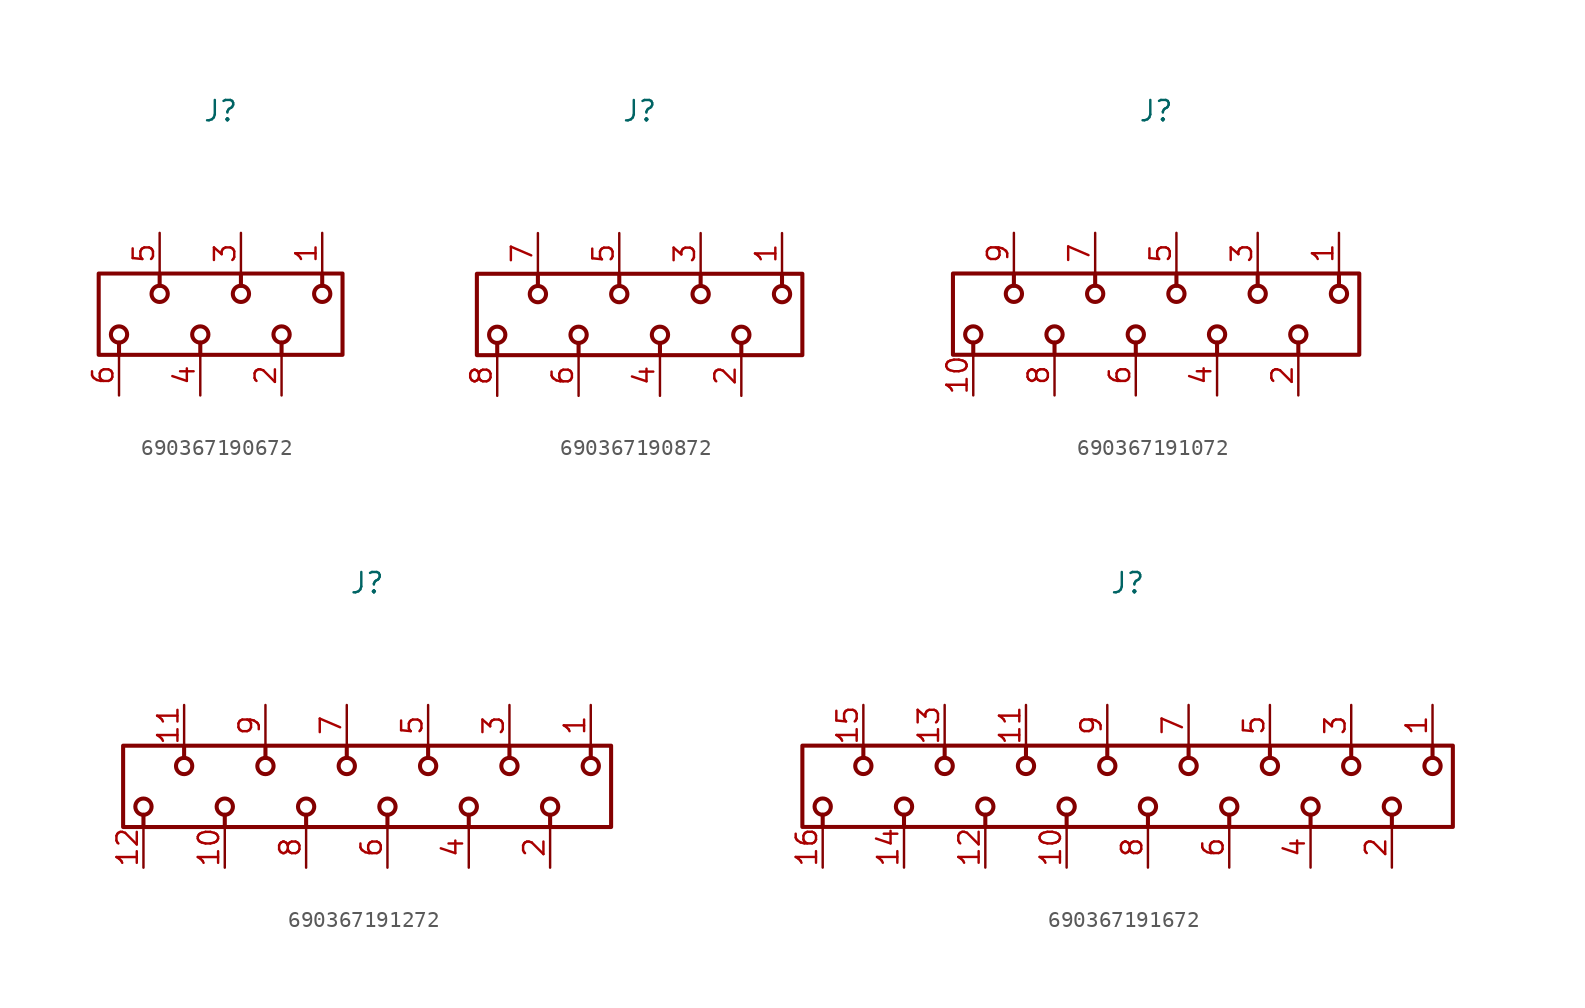
<source format=kicad_sym>
(kicad_symbol_lib
  (version 20241209)
  (generator "kicad_symbol_editor")
  (generator_version "9.0")
  (symbol "690367190672"
    (pin_names
      (hide yes))
    (property "Reference" "J"
      (at 0 12.7 0)
      (effects (font (size 1.27 1.27))))
    (symbol "690367190672_1_1"
      (rectangle (start -7.62 2.54) (end 7.62 -2.54) (stroke (width 0.254) (type solid)) (fill (type none)))
      (circle (center -6.35 -1.27) (radius 0.508) (stroke (width 0.254) (type solid)) (fill (type none)))
      (polyline (pts (xy -6.35 -1.778) (xy -6.35 -2.54)) (stroke (width 0.254) (type solid)) (fill (type none)))
      (polyline (pts (xy -3.81 1.778) (xy -3.81 2.54)) (stroke (width 0.254) (type solid)) (fill (type none)))
      (circle (center -3.81 1.27) (radius 0.508) (stroke (width 0.254) (type solid)) (fill (type none)))
      (circle (center -1.27 -1.27) (radius 0.508) (stroke (width 0.254) (type solid)) (fill (type none)))
      (polyline (pts (xy -1.27 -1.778) (xy -1.27 -2.54)) (stroke (width 0.254) (type solid)) (fill (type none)))
      (polyline (pts (xy 1.27 1.778) (xy 1.27 2.54)) (stroke (width 0.254) (type solid)) (fill (type none)))
      (circle (center 1.27 1.27) (radius 0.508) (stroke (width 0.254) (type solid)) (fill (type none)))
      (circle (center 3.81 -1.27) (radius 0.508) (stroke (width 0.254) (type solid)) (fill (type none)))
      (polyline (pts (xy 3.81 -1.778) (xy 3.81 -2.54)) (stroke (width 0.254) (type solid)) (fill (type none)))
      (polyline (pts (xy 6.35 1.778) (xy 6.35 2.54)) (stroke (width 0.254) (type solid)) (fill (type none)))
      (circle (center 6.35 1.27) (radius 0.508) (stroke (width 0.254) (type solid)) (fill (type none)))
      (pin passive line (at -6.35 -5.08 90) (length 2.54) (name "6" (effects (font (size 1.27 1.27)))) (number "6" (effects (font (size 1.27 1.27)))))
      (pin passive line (at -3.81 5.08 270) (length 2.54) (name "5" (effects (font (size 1.27 1.27)))) (number "5" (effects (font (size 1.27 1.27)))))
      (pin passive line (at -1.27 -5.08 90) (length 2.54) (name "4" (effects (font (size 1.27 1.27)))) (number "4" (effects (font (size 1.27 1.27)))))
      (pin passive line (at 1.27 5.08 270) (length 2.54) (name "3" (effects (font (size 1.27 1.27)))) (number "3" (effects (font (size 1.27 1.27)))))
      (pin passive line (at 3.81 -5.08 90) (length 2.54) (name "2" (effects (font (size 1.27 1.27)))) (number "2" (effects (font (size 1.27 1.27)))))
      (pin passive line (at 6.35 5.08 270) (length 2.54) (name "1" (effects (font (size 1.27 1.27)))) (number "1" (effects (font (size 1.27 1.27)))))))
  (symbol "690367190872"
    (pin_names
      (hide yes))
    (property "Reference" "J"
      (at 0 12.7 0)
      (effects (font (size 1.27 1.27))))
    (symbol "690367190872_1_1"
      (rectangle (start -10.16 2.54) (end 10.16 -2.54) (stroke (width 0.254) (type solid)) (fill (type none)))
      (circle (center -8.89 -1.27) (radius 0.508) (stroke (width 0.254) (type solid)) (fill (type none)))
      (polyline (pts (xy -8.89 -1.778) (xy -8.89 -2.54)) (stroke (width 0.254) (type solid)) (fill (type none)))
      (polyline (pts (xy -6.35 1.778) (xy -6.35 2.54)) (stroke (width 0.254) (type solid)) (fill (type none)))
      (circle (center -6.35 1.27) (radius 0.508) (stroke (width 0.254) (type solid)) (fill (type none)))
      (circle (center -3.81 -1.27) (radius 0.508) (stroke (width 0.254) (type solid)) (fill (type none)))
      (polyline (pts (xy -3.81 -1.778) (xy -3.81 -2.54)) (stroke (width 0.254) (type solid)) (fill (type none)))
      (polyline (pts (xy -1.27 1.778) (xy -1.27 2.54)) (stroke (width 0.254) (type solid)) (fill (type none)))
      (circle (center -1.27 1.27) (radius 0.508) (stroke (width 0.254) (type solid)) (fill (type none)))
      (circle (center 1.27 -1.27) (radius 0.508) (stroke (width 0.254) (type solid)) (fill (type none)))
      (polyline (pts (xy 1.27 -1.778) (xy 1.27 -2.54)) (stroke (width 0.254) (type solid)) (fill (type none)))
      (polyline (pts (xy 3.81 1.778) (xy 3.81 2.54)) (stroke (width 0.254) (type solid)) (fill (type none)))
      (circle (center 3.81 1.27) (radius 0.508) (stroke (width 0.254) (type solid)) (fill (type none)))
      (circle (center 6.35 -1.27) (radius 0.508) (stroke (width 0.254) (type solid)) (fill (type none)))
      (polyline (pts (xy 6.35 -1.778) (xy 6.35 -2.54)) (stroke (width 0.254) (type solid)) (fill (type none)))
      (polyline (pts (xy 8.89 1.778) (xy 8.89 2.54)) (stroke (width 0.254) (type solid)) (fill (type none)))
      (circle (center 8.89 1.27) (radius 0.508) (stroke (width 0.254) (type solid)) (fill (type none)))
      (pin passive line (at -8.89 -5.08 90) (length 2.54) (name "8" (effects (font (size 1.27 1.27)))) (number "8" (effects (font (size 1.27 1.27)))))
      (pin passive line (at -6.35 5.08 270) (length 2.54) (name "7" (effects (font (size 1.27 1.27)))) (number "7" (effects (font (size 1.27 1.27)))))
      (pin passive line (at -3.81 -5.08 90) (length 2.54) (name "6" (effects (font (size 1.27 1.27)))) (number "6" (effects (font (size 1.27 1.27)))))
      (pin passive line (at -1.27 5.08 270) (length 2.54) (name "5" (effects (font (size 1.27 1.27)))) (number "5" (effects (font (size 1.27 1.27)))))
      (pin passive line (at 1.27 -5.08 90) (length 2.54) (name "4" (effects (font (size 1.27 1.27)))) (number "4" (effects (font (size 1.27 1.27)))))
      (pin passive line (at 3.81 5.08 270) (length 2.54) (name "3" (effects (font (size 1.27 1.27)))) (number "3" (effects (font (size 1.27 1.27)))))
      (pin passive line (at 6.35 -5.08 90) (length 2.54) (name "2" (effects (font (size 1.27 1.27)))) (number "2" (effects (font (size 1.27 1.27)))))
      (pin passive line (at 8.89 5.08 270) (length 2.54) (name "1" (effects (font (size 1.27 1.27)))) (number "1" (effects (font (size 1.27 1.27)))))))
  (symbol "690367191072"
    (pin_names
      (hide yes))
    (property "Reference" "J"
      (at 0 12.7 0)
      (effects (font (size 1.27 1.27))))
    (symbol "690367191072_1_1"
      (rectangle (start -12.7 2.54) (end 12.7 -2.54) (stroke (width 0.254) (type solid)) (fill (type none)))
      (circle (center -11.43 -1.27) (radius 0.508) (stroke (width 0.254) (type solid)) (fill (type none)))
      (polyline (pts (xy -11.43 -1.778) (xy -11.43 -2.54)) (stroke (width 0.254) (type solid)) (fill (type none)))
      (polyline (pts (xy -8.89 1.778) (xy -8.89 2.54)) (stroke (width 0.254) (type solid)) (fill (type none)))
      (circle (center -8.89 1.27) (radius 0.508) (stroke (width 0.254) (type solid)) (fill (type none)))
      (circle (center -6.35 -1.27) (radius 0.508) (stroke (width 0.254) (type solid)) (fill (type none)))
      (polyline (pts (xy -6.35 -1.778) (xy -6.35 -2.54)) (stroke (width 0.254) (type solid)) (fill (type none)))
      (polyline (pts (xy -3.81 1.778) (xy -3.81 2.54)) (stroke (width 0.254) (type solid)) (fill (type none)))
      (circle (center -3.81 1.27) (radius 0.508) (stroke (width 0.254) (type solid)) (fill (type none)))
      (circle (center -1.27 -1.27) (radius 0.508) (stroke (width 0.254) (type solid)) (fill (type none)))
      (polyline (pts (xy -1.27 -1.778) (xy -1.27 -2.54)) (stroke (width 0.254) (type solid)) (fill (type none)))
      (polyline (pts (xy 1.27 1.778) (xy 1.27 2.54)) (stroke (width 0.254) (type solid)) (fill (type none)))
      (circle (center 1.27 1.27) (radius 0.508) (stroke (width 0.254) (type solid)) (fill (type none)))
      (circle (center 3.81 -1.27) (radius 0.508) (stroke (width 0.254) (type solid)) (fill (type none)))
      (polyline (pts (xy 3.81 -1.778) (xy 3.81 -2.54)) (stroke (width 0.254) (type solid)) (fill (type none)))
      (polyline (pts (xy 6.35 1.778) (xy 6.35 2.54)) (stroke (width 0.254) (type solid)) (fill (type none)))
      (circle (center 6.35 1.27) (radius 0.508) (stroke (width 0.254) (type solid)) (fill (type none)))
      (circle (center 8.89 -1.27) (radius 0.508) (stroke (width 0.254) (type solid)) (fill (type none)))
      (polyline (pts (xy 8.89 -1.778) (xy 8.89 -2.54)) (stroke (width 0.254) (type solid)) (fill (type none)))
      (polyline (pts (xy 11.43 1.778) (xy 11.43 2.54)) (stroke (width 0.254) (type solid)) (fill (type none)))
      (circle (center 11.43 1.27) (radius 0.508) (stroke (width 0.254) (type solid)) (fill (type none)))
      (pin passive line (at -11.43 -5.08 90) (length 2.54) (name "10" (effects (font (size 1.27 1.27)))) (number "10" (effects (font (size 1.27 1.27)))))
      (pin passive line (at -8.89 5.08 270) (length 2.54) (name "9" (effects (font (size 1.27 1.27)))) (number "9" (effects (font (size 1.27 1.27)))))
      (pin passive line (at -6.35 -5.08 90) (length 2.54) (name "8" (effects (font (size 1.27 1.27)))) (number "8" (effects (font (size 1.27 1.27)))))
      (pin passive line (at -3.81 5.08 270) (length 2.54) (name "7" (effects (font (size 1.27 1.27)))) (number "7" (effects (font (size 1.27 1.27)))))
      (pin passive line (at -1.27 -5.08 90) (length 2.54) (name "6" (effects (font (size 1.27 1.27)))) (number "6" (effects (font (size 1.27 1.27)))))
      (pin passive line (at 1.27 5.08 270) (length 2.54) (name "5" (effects (font (size 1.27 1.27)))) (number "5" (effects (font (size 1.27 1.27)))))
      (pin passive line (at 3.81 -5.08 90) (length 2.54) (name "4" (effects (font (size 1.27 1.27)))) (number "4" (effects (font (size 1.27 1.27)))))
      (pin passive line (at 6.35 5.08 270) (length 2.54) (name "3" (effects (font (size 1.27 1.27)))) (number "3" (effects (font (size 1.27 1.27)))))
      (pin passive line (at 8.89 -5.08 90) (length 2.54) (name "2" (effects (font (size 1.27 1.27)))) (number "2" (effects (font (size 1.27 1.27)))))
      (pin passive line (at 11.43 5.08 270) (length 2.54) (name "1" (effects (font (size 1.27 1.27)))) (number "1" (effects (font (size 1.27 1.27)))))))
  (symbol "690367191272"
    (pin_names
      (hide yes))
    (property "Reference" "J"
      (at 0 12.7 0)
      (effects (font (size 1.27 1.27))))
    (symbol "690367191272_1_1"
      (rectangle (start -15.24 2.54) (end 15.24 -2.54) (stroke (width 0.254) (type solid)) (fill (type none)))
      (circle (center -13.97 -1.27) (radius 0.508) (stroke (width 0.254) (type solid)) (fill (type none)))
      (polyline (pts (xy -13.97 -1.778) (xy -13.97 -2.54)) (stroke (width 0.254) (type solid)) (fill (type none)))
      (polyline (pts (xy -11.43 1.778) (xy -11.43 2.54)) (stroke (width 0.254) (type solid)) (fill (type none)))
      (circle (center -11.43 1.27) (radius 0.508) (stroke (width 0.254) (type solid)) (fill (type none)))
      (circle (center -8.89 -1.27) (radius 0.508) (stroke (width 0.254) (type solid)) (fill (type none)))
      (polyline (pts (xy -8.89 -1.778) (xy -8.89 -2.54)) (stroke (width 0.254) (type solid)) (fill (type none)))
      (polyline (pts (xy -6.35 1.778) (xy -6.35 2.54)) (stroke (width 0.254) (type solid)) (fill (type none)))
      (circle (center -6.35 1.27) (radius 0.508) (stroke (width 0.254) (type solid)) (fill (type none)))
      (circle (center -3.81 -1.27) (radius 0.508) (stroke (width 0.254) (type solid)) (fill (type none)))
      (polyline (pts (xy -3.81 -1.778) (xy -3.81 -2.54)) (stroke (width 0.254) (type solid)) (fill (type none)))
      (polyline (pts (xy -1.27 1.778) (xy -1.27 2.54)) (stroke (width 0.254) (type solid)) (fill (type none)))
      (circle (center -1.27 1.27) (radius 0.508) (stroke (width 0.254) (type solid)) (fill (type none)))
      (circle (center 1.27 -1.27) (radius 0.508) (stroke (width 0.254) (type solid)) (fill (type none)))
      (polyline (pts (xy 1.27 -1.778) (xy 1.27 -2.54)) (stroke (width 0.254) (type solid)) (fill (type none)))
      (polyline (pts (xy 3.81 1.778) (xy 3.81 2.54)) (stroke (width 0.254) (type solid)) (fill (type none)))
      (circle (center 3.81 1.27) (radius 0.508) (stroke (width 0.254) (type solid)) (fill (type none)))
      (circle (center 6.35 -1.27) (radius 0.508) (stroke (width 0.254) (type solid)) (fill (type none)))
      (polyline (pts (xy 6.35 -1.778) (xy 6.35 -2.54)) (stroke (width 0.254) (type solid)) (fill (type none)))
      (polyline (pts (xy 8.89 1.778) (xy 8.89 2.54)) (stroke (width 0.254) (type solid)) (fill (type none)))
      (circle (center 8.89 1.27) (radius 0.508) (stroke (width 0.254) (type solid)) (fill (type none)))
      (circle (center 11.43 -1.27) (radius 0.508) (stroke (width 0.254) (type solid)) (fill (type none)))
      (polyline (pts (xy 11.43 -1.778) (xy 11.43 -2.54)) (stroke (width 0.254) (type solid)) (fill (type none)))
      (polyline (pts (xy 13.97 1.778) (xy 13.97 2.54)) (stroke (width 0.254) (type solid)) (fill (type none)))
      (circle (center 13.97 1.27) (radius 0.508) (stroke (width 0.254) (type solid)) (fill (type none)))
      (pin passive line (at -13.97 -5.08 90) (length 2.54) (name "12" (effects (font (size 1.27 1.27)))) (number "12" (effects (font (size 1.27 1.27)))))
      (pin passive line (at -11.43 5.08 270) (length 2.54) (name "11" (effects (font (size 1.27 1.27)))) (number "11" (effects (font (size 1.27 1.27)))))
      (pin passive line (at -8.89 -5.08 90) (length 2.54) (name "10" (effects (font (size 1.27 1.27)))) (number "10" (effects (font (size 1.27 1.27)))))
      (pin passive line (at -6.35 5.08 270) (length 2.54) (name "9" (effects (font (size 1.27 1.27)))) (number "9" (effects (font (size 1.27 1.27)))))
      (pin passive line (at -3.81 -5.08 90) (length 2.54) (name "8" (effects (font (size 1.27 1.27)))) (number "8" (effects (font (size 1.27 1.27)))))
      (pin passive line (at -1.27 5.08 270) (length 2.54) (name "7" (effects (font (size 1.27 1.27)))) (number "7" (effects (font (size 1.27 1.27)))))
      (pin passive line (at 1.27 -5.08 90) (length 2.54) (name "6" (effects (font (size 1.27 1.27)))) (number "6" (effects (font (size 1.27 1.27)))))
      (pin passive line (at 3.81 5.08 270) (length 2.54) (name "5" (effects (font (size 1.27 1.27)))) (number "5" (effects (font (size 1.27 1.27)))))
      (pin passive line (at 6.35 -5.08 90) (length 2.54) (name "4" (effects (font (size 1.27 1.27)))) (number "4" (effects (font (size 1.27 1.27)))))
      (pin passive line (at 8.89 5.08 270) (length 2.54) (name "3" (effects (font (size 1.27 1.27)))) (number "3" (effects (font (size 1.27 1.27)))))
      (pin passive line (at 11.43 -5.08 90) (length 2.54) (name "2" (effects (font (size 1.27 1.27)))) (number "2" (effects (font (size 1.27 1.27)))))
      (pin passive line (at 13.97 5.08 270) (length 2.54) (name "1" (effects (font (size 1.27 1.27)))) (number "1" (effects (font (size 1.27 1.27)))))))
  (symbol "690367191672"
    (pin_names
      (hide yes))
    (property "Reference" "J"
      (at 0 12.7 0)
      (effects (font (size 1.27 1.27))))
    (symbol "690367191672_1_1"
      (rectangle (start -20.32 2.54) (end 20.32 -2.54) (stroke (width 0.254) (type solid)) (fill (type none)))
      (circle (center -19.05 -1.27) (radius 0.508) (stroke (width 0.254) (type solid)) (fill (type none)))
      (polyline (pts (xy -19.05 -1.778) (xy -19.05 -2.54)) (stroke (width 0.254) (type solid)) (fill (type none)))
      (polyline (pts (xy -16.51 1.778) (xy -16.51 2.54)) (stroke (width 0.254) (type solid)) (fill (type none)))
      (circle (center -16.51 1.27) (radius 0.508) (stroke (width 0.254) (type solid)) (fill (type none)))
      (circle (center -13.97 -1.27) (radius 0.508) (stroke (width 0.254) (type solid)) (fill (type none)))
      (polyline (pts (xy -13.97 -1.778) (xy -13.97 -2.54)) (stroke (width 0.254) (type solid)) (fill (type none)))
      (polyline (pts (xy -11.43 1.778) (xy -11.43 2.54)) (stroke (width 0.254) (type solid)) (fill (type none)))
      (circle (center -11.43 1.27) (radius 0.508) (stroke (width 0.254) (type solid)) (fill (type none)))
      (circle (center -8.89 -1.27) (radius 0.508) (stroke (width 0.254) (type solid)) (fill (type none)))
      (polyline (pts (xy -8.89 -1.778) (xy -8.89 -2.54)) (stroke (width 0.254) (type solid)) (fill (type none)))
      (polyline (pts (xy -6.35 1.778) (xy -6.35 2.54)) (stroke (width 0.254) (type solid)) (fill (type none)))
      (circle (center -6.35 1.27) (radius 0.508) (stroke (width 0.254) (type solid)) (fill (type none)))
      (circle (center -3.81 -1.27) (radius 0.508) (stroke (width 0.254) (type solid)) (fill (type none)))
      (polyline (pts (xy -3.81 -1.778) (xy -3.81 -2.54)) (stroke (width 0.254) (type solid)) (fill (type none)))
      (polyline (pts (xy -1.27 1.778) (xy -1.27 2.54)) (stroke (width 0.254) (type solid)) (fill (type none)))
      (circle (center -1.27 1.27) (radius 0.508) (stroke (width 0.254) (type solid)) (fill (type none)))
      (circle (center 1.27 -1.27) (radius 0.508) (stroke (width 0.254) (type solid)) (fill (type none)))
      (polyline (pts (xy 1.27 -1.778) (xy 1.27 -2.54)) (stroke (width 0.254) (type solid)) (fill (type none)))
      (polyline (pts (xy 3.81 1.778) (xy 3.81 2.54)) (stroke (width 0.254) (type solid)) (fill (type none)))
      (circle (center 3.81 1.27) (radius 0.508) (stroke (width 0.254) (type solid)) (fill (type none)))
      (circle (center 6.35 -1.27) (radius 0.508) (stroke (width 0.254) (type solid)) (fill (type none)))
      (polyline (pts (xy 6.35 -1.778) (xy 6.35 -2.54)) (stroke (width 0.254) (type solid)) (fill (type none)))
      (polyline (pts (xy 8.89 1.778) (xy 8.89 2.54)) (stroke (width 0.254) (type solid)) (fill (type none)))
      (circle (center 8.89 1.27) (radius 0.508) (stroke (width 0.254) (type solid)) (fill (type none)))
      (circle (center 11.43 -1.27) (radius 0.508) (stroke (width 0.254) (type solid)) (fill (type none)))
      (polyline (pts (xy 11.43 -1.778) (xy 11.43 -2.54)) (stroke (width 0.254) (type solid)) (fill (type none)))
      (polyline (pts (xy 13.97 1.778) (xy 13.97 2.54)) (stroke (width 0.254) (type solid)) (fill (type none)))
      (circle (center 13.97 1.27) (radius 0.508) (stroke (width 0.254) (type solid)) (fill (type none)))
      (circle (center 16.51 -1.27) (radius 0.508) (stroke (width 0.254) (type solid)) (fill (type none)))
      (polyline (pts (xy 16.51 -1.778) (xy 16.51 -2.54)) (stroke (width 0.254) (type solid)) (fill (type none)))
      (polyline (pts (xy 19.05 1.778) (xy 19.05 2.54)) (stroke (width 0.254) (type solid)) (fill (type none)))
      (circle (center 19.05 1.27) (radius 0.508) (stroke (width 0.254) (type solid)) (fill (type none)))
      (pin passive line (at -19.05 -5.08 90) (length 2.54) (name "16" (effects (font (size 1.27 1.27)))) (number "16" (effects (font (size 1.27 1.27)))))
      (pin passive line (at -16.51 5.08 270) (length 2.54) (name "15" (effects (font (size 1.27 1.27)))) (number "15" (effects (font (size 1.27 1.27)))))
      (pin passive line (at -13.97 -5.08 90) (length 2.54) (name "14" (effects (font (size 1.27 1.27)))) (number "14" (effects (font (size 1.27 1.27)))))
      (pin passive line (at -11.43 5.08 270) (length 2.54) (name "13" (effects (font (size 1.27 1.27)))) (number "13" (effects (font (size 1.27 1.27)))))
      (pin passive line (at -8.89 -5.08 90) (length 2.54) (name "12" (effects (font (size 1.27 1.27)))) (number "12" (effects (font (size 1.27 1.27)))))
      (pin passive line (at -6.35 5.08 270) (length 2.54) (name "11" (effects (font (size 1.27 1.27)))) (number "11" (effects (font (size 1.27 1.27)))))
      (pin passive line (at -3.81 -5.08 90) (length 2.54) (name "10" (effects (font (size 1.27 1.27)))) (number "10" (effects (font (size 1.27 1.27)))))
      (pin passive line (at -1.27 5.08 270) (length 2.54) (name "9" (effects (font (size 1.27 1.27)))) (number "9" (effects (font (size 1.27 1.27)))))
      (pin passive line (at 1.27 -5.08 90) (length 2.54) (name "8" (effects (font (size 1.27 1.27)))) (number "8" (effects (font (size 1.27 1.27)))))
      (pin passive line (at 3.81 5.08 270) (length 2.54) (name "7" (effects (font (size 1.27 1.27)))) (number "7" (effects (font (size 1.27 1.27)))))
      (pin passive line (at 6.35 -5.08 90) (length 2.54) (name "6" (effects (font (size 1.27 1.27)))) (number "6" (effects (font (size 1.27 1.27)))))
      (pin passive line (at 8.89 5.08 270) (length 2.54) (name "5" (effects (font (size 1.27 1.27)))) (number "5" (effects (font (size 1.27 1.27)))))
      (pin passive line (at 11.43 -5.08 90) (length 2.54) (name "4" (effects (font (size 1.27 1.27)))) (number "4" (effects (font (size 1.27 1.27)))))
      (pin passive line (at 13.97 5.08 270) (length 2.54) (name "3" (effects (font (size 1.27 1.27)))) (number "3" (effects (font (size 1.27 1.27)))))
      (pin passive line (at 16.51 -5.08 90) (length 2.54) (name "2" (effects (font (size 1.27 1.27)))) (number "2" (effects (font (size 1.27 1.27)))))
      (pin passive line (at 19.05 5.08 270) (length 2.54) (name "1" (effects (font (size 1.27 1.27)))) (number "1" (effects (font (size 1.27 1.27))))))))
</source>
